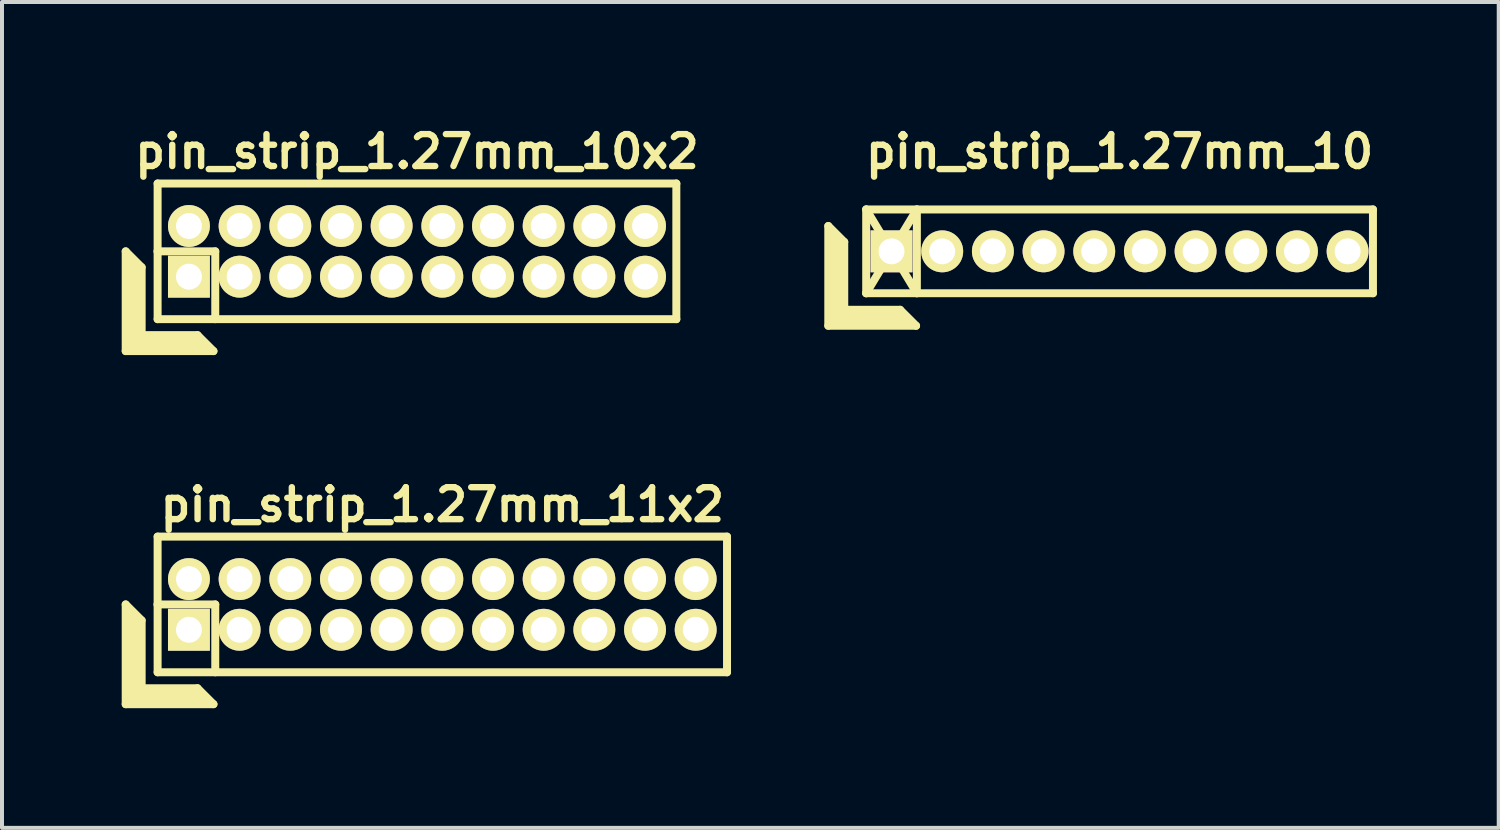
<source format=kicad_pcb>
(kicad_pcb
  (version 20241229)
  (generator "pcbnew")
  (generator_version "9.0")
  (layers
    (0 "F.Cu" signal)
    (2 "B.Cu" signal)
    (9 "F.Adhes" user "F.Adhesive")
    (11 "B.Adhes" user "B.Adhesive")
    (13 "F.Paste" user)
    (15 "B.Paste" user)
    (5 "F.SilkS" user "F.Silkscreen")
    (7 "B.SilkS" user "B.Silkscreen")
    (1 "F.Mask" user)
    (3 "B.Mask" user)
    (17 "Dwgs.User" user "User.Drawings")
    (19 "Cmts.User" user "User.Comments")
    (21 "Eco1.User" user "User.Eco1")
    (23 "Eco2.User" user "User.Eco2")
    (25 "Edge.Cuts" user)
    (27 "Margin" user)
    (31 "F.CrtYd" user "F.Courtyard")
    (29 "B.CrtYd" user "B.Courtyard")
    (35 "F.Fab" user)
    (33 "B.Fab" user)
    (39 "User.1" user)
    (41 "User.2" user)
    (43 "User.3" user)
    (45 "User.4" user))
  (footprint "pin_strip_1.27mm_11x2"
    (layer "F.Cu")
    (at 8.035 12.098)
    (property "Reference" "pin_strip_1.27mm_11x2" (at 0 -2.5 0) (layer "F.SilkS") (effects (font (size 0.8 0.8) (thickness 0.16))))
    (attr through_hole)
    (fp_line (start -7.935 0) (end -7.935 2.5) (stroke (width 0.2) (type solid)) (layer "F.SilkS"))
    (fp_line (start -7.935 0) (end -7.535 0.4) (stroke (width 0.2) (type solid)) (layer "F.SilkS"))
    (fp_line (start -7.935 2.5) (end -5.735 2.5) (stroke (width 0.2) (type solid)) (layer "F.SilkS"))
    (fp_line (start -7.835 2.4) (end -7.835 0.2) (stroke (width 0.2) (type solid)) (layer "F.SilkS"))
    (fp_line (start -7.835 2.4) (end -5.935 2.4) (stroke (width 0.2) (type solid)) (layer "F.SilkS"))
    (fp_line (start -7.735 2.3) (end -7.735 0.3) (stroke (width 0.2) (type solid)) (layer "F.SilkS"))
    (fp_line (start -7.735 2.3) (end -6.035 2.3) (stroke (width 0.2) (type solid)) (layer "F.SilkS"))
    (fp_line (start -7.635 2.2) (end -7.635 0.4) (stroke (width 0.2) (type solid)) (layer "F.SilkS"))
    (fp_line (start -7.635 2.2) (end -6.135 2.2) (stroke (width 0.2) (type solid)) (layer "F.SilkS"))
    (fp_line (start -7.535 2.1) (end -7.535 0.4) (stroke (width 0.2) (type solid)) (layer "F.SilkS"))
    (fp_line (start -7.535 2.1) (end -6.135 2.1) (stroke (width 0.2) (type solid)) (layer "F.SilkS"))
    (fp_line (start -7.14 0) (end -5.69 0) (stroke (width 0.2) (type solid)) (layer "F.SilkS"))
    (fp_line (start -7.135 -1.7) (end 7.135 -1.7) (stroke (width 0.2) (type solid)) (layer "F.SilkS"))
    (fp_line (start -7.135 1.7) (end -7.135 -1.7) (stroke (width 0.2) (type solid)) (layer "F.SilkS"))
    (fp_line (start -6.135 2.1) (end -5.735 2.5) (stroke (width 0.2) (type solid)) (layer "F.SilkS"))
    (fp_line (start -5.69 0) (end -5.69 1.7) (stroke (width 0.2) (type solid)) (layer "F.SilkS"))
    (fp_line (start 7.135 -1.7) (end 7.135 1.7) (stroke (width 0.2) (type solid)) (layer "F.SilkS"))
    (fp_line (start 7.135 1.7) (end -7.135 1.7) (stroke (width 0.2) (type solid)) (layer "F.SilkS"))
    (pad "1" thru_hole rect (at -6.35 0.635) (size 1.05 1.05) (drill 0.65) (layers "*.Cu" "*.Mask" "F.SilkS"))
    (pad "2" thru_hole oval (at -6.35 -0.635) (size 1.05 1.05) (drill 0.65) (layers "*.Cu" "*.Mask" "F.SilkS"))
    (pad "3" thru_hole oval (at -5.08 0.635) (size 1.05 1.05) (drill 0.65) (layers "*.Cu" "*.Mask" "F.SilkS"))
    (pad "4" thru_hole oval (at -5.08 -0.635) (size 1.05 1.05) (drill 0.65) (layers "*.Cu" "*.Mask" "F.SilkS"))
    (pad "5" thru_hole oval (at -3.81 0.635) (size 1.05 1.05) (drill 0.65) (layers "*.Cu" "*.Mask" "F.SilkS"))
    (pad "6" thru_hole oval (at -3.81 -0.635) (size 1.05 1.05) (drill 0.65) (layers "*.Cu" "*.Mask" "F.SilkS"))
    (pad "7" thru_hole oval (at -2.54 0.635) (size 1.05 1.05) (drill 0.65) (layers "*.Cu" "*.Mask" "F.SilkS"))
    (pad "8" thru_hole oval (at -2.54 -0.635) (size 1.05 1.05) (drill 0.65) (layers "*.Cu" "*.Mask" "F.SilkS"))
    (pad "9" thru_hole oval (at -1.27 0.635) (size 1.05 1.05) (drill 0.65) (layers "*.Cu" "*.Mask" "F.SilkS"))
    (pad "10" thru_hole oval (at -1.27 -0.635) (size 1.05 1.05) (drill 0.65) (layers "*.Cu" "*.Mask" "F.SilkS"))
    (pad "11" thru_hole oval (at 0 0.635) (size 1.05 1.05) (drill 0.65) (layers "*.Cu" "*.Mask" "F.SilkS"))
    (pad "12" thru_hole oval (at 0 -0.635) (size 1.05 1.05) (drill 0.65) (layers "*.Cu" "*.Mask" "F.SilkS"))
    (pad "13" thru_hole oval (at 1.27 0.635) (size 1.05 1.05) (drill 0.65) (layers "*.Cu" "*.Mask" "F.SilkS"))
    (pad "14" thru_hole oval (at 1.27 -0.635) (size 1.05 1.05) (drill 0.65) (layers "*.Cu" "*.Mask" "F.SilkS"))
    (pad "15" thru_hole oval (at 2.54 0.635) (size 1.05 1.05) (drill 0.65) (layers "*.Cu" "*.Mask" "F.SilkS"))
    (pad "16" thru_hole oval (at 2.54 -0.635) (size 1.05 1.05) (drill 0.65) (layers "*.Cu" "*.Mask" "F.SilkS"))
    (pad "17" thru_hole oval (at 3.81 0.635) (size 1.05 1.05) (drill 0.65) (layers "*.Cu" "*.Mask" "F.SilkS"))
    (pad "18" thru_hole oval (at 3.81 -0.635) (size 1.05 1.05) (drill 0.65) (layers "*.Cu" "*.Mask" "F.SilkS"))
    (pad "19" thru_hole oval (at 5.08 0.635) (size 1.05 1.05) (drill 0.65) (layers "*.Cu" "*.Mask" "F.SilkS"))
    (pad "20" thru_hole oval (at 5.08 -0.635) (size 1.05 1.05) (drill 0.65) (layers "*.Cu" "*.Mask" "F.SilkS"))
    (pad "21" thru_hole oval (at 6.35 0.635) (size 1.05 1.05) (drill 0.65) (layers "*.Cu" "*.Mask" "F.SilkS"))
    (pad "22" thru_hole oval (at 6.35 -0.635) (size 1.05 1.05) (drill 0.65) (layers "*.Cu" "*.Mask" "F.SilkS")))
  (footprint "pin_strip_1.27mm_10x2"
    (layer "F.Cu")
    (at 7.4 3.249)
    (property "Reference" "pin_strip_1.27mm_10x2" (at 0 -2.5 0) (layer "F.SilkS") (effects (font (size 0.8 0.8) (thickness 0.16))))
    (attr through_hole)
    (fp_line (start -7.3 0) (end -7.3 2.5) (stroke (width 0.2) (type solid)) (layer "F.SilkS"))
    (fp_line (start -7.3 0) (end -6.9 0.4) (stroke (width 0.2) (type solid)) (layer "F.SilkS"))
    (fp_line (start -7.3 2.5) (end -5.1 2.5) (stroke (width 0.2) (type solid)) (layer "F.SilkS"))
    (fp_line (start -7.2 2.4) (end -7.2 0.2) (stroke (width 0.2) (type solid)) (layer "F.SilkS"))
    (fp_line (start -7.2 2.4) (end -5.3 2.4) (stroke (width 0.2) (type solid)) (layer "F.SilkS"))
    (fp_line (start -7.1 2.3) (end -7.1 0.3) (stroke (width 0.2) (type solid)) (layer "F.SilkS"))
    (fp_line (start -7.1 2.3) (end -5.4 2.3) (stroke (width 0.2) (type solid)) (layer "F.SilkS"))
    (fp_line (start -7 2.2) (end -7 0.4) (stroke (width 0.2) (type solid)) (layer "F.SilkS"))
    (fp_line (start -7 2.2) (end -5.5 2.2) (stroke (width 0.2) (type solid)) (layer "F.SilkS"))
    (fp_line (start -6.9 2.1) (end -6.9 0.4) (stroke (width 0.2) (type solid)) (layer "F.SilkS"))
    (fp_line (start -6.9 2.1) (end -5.5 2.1) (stroke (width 0.2) (type solid)) (layer "F.SilkS"))
    (fp_line (start -6.505 0) (end -5.055 0) (stroke (width 0.2) (type solid)) (layer "F.SilkS"))
    (fp_line (start -6.5 -1.7) (end 6.5 -1.7) (stroke (width 0.2) (type solid)) (layer "F.SilkS"))
    (fp_line (start -6.5 1.7) (end -6.5 -1.7) (stroke (width 0.2) (type solid)) (layer "F.SilkS"))
    (fp_line (start -5.5 2.1) (end -5.1 2.5) (stroke (width 0.2) (type solid)) (layer "F.SilkS"))
    (fp_line (start -5.055 0) (end -5.055 1.7) (stroke (width 0.2) (type solid)) (layer "F.SilkS"))
    (fp_line (start 6.5 -1.7) (end 6.5 1.7) (stroke (width 0.2) (type solid)) (layer "F.SilkS"))
    (fp_line (start 6.5 1.7) (end -6.5 1.7) (stroke (width 0.2) (type solid)) (layer "F.SilkS"))
    (pad "1" thru_hole rect (at -5.715 0.635) (size 1.05 1.05) (drill 0.65) (layers "*.Cu" "*.Mask" "F.SilkS"))
    (pad "2" thru_hole oval (at -5.715 -0.635) (size 1.05 1.05) (drill 0.65) (layers "*.Cu" "*.Mask" "F.SilkS"))
    (pad "3" thru_hole oval (at -4.445 0.635) (size 1.05 1.05) (drill 0.65) (layers "*.Cu" "*.Mask" "F.SilkS"))
    (pad "4" thru_hole oval (at -4.445 -0.635) (size 1.05 1.05) (drill 0.65) (layers "*.Cu" "*.Mask" "F.SilkS"))
    (pad "5" thru_hole oval (at -3.175 0.635) (size 1.05 1.05) (drill 0.65) (layers "*.Cu" "*.Mask" "F.SilkS"))
    (pad "6" thru_hole oval (at -3.175 -0.635) (size 1.05 1.05) (drill 0.65) (layers "*.Cu" "*.Mask" "F.SilkS"))
    (pad "7" thru_hole oval (at -1.905 0.635) (size 1.05 1.05) (drill 0.65) (layers "*.Cu" "*.Mask" "F.SilkS"))
    (pad "8" thru_hole oval (at -1.905 -0.635) (size 1.05 1.05) (drill 0.65) (layers "*.Cu" "*.Mask" "F.SilkS"))
    (pad "9" thru_hole oval (at -0.635 0.635) (size 1.05 1.05) (drill 0.65) (layers "*.Cu" "*.Mask" "F.SilkS"))
    (pad "10" thru_hole oval (at -0.635 -0.635) (size 1.05 1.05) (drill 0.65) (layers "*.Cu" "*.Mask" "F.SilkS"))
    (pad "11" thru_hole oval (at 0.635 0.635) (size 1.05 1.05) (drill 0.65) (layers "*.Cu" "*.Mask" "F.SilkS"))
    (pad "12" thru_hole oval (at 0.635 -0.635) (size 1.05 1.05) (drill 0.65) (layers "*.Cu" "*.Mask" "F.SilkS"))
    (pad "13" thru_hole oval (at 1.905 0.635) (size 1.05 1.05) (drill 0.65) (layers "*.Cu" "*.Mask" "F.SilkS"))
    (pad "14" thru_hole oval (at 1.905 -0.635) (size 1.05 1.05) (drill 0.65) (layers "*.Cu" "*.Mask" "F.SilkS"))
    (pad "15" thru_hole oval (at 3.175 0.635) (size 1.05 1.05) (drill 0.65) (layers "*.Cu" "*.Mask" "F.SilkS"))
    (pad "16" thru_hole oval (at 3.175 -0.635) (size 1.05 1.05) (drill 0.65) (layers "*.Cu" "*.Mask" "F.SilkS"))
    (pad "17" thru_hole oval (at 4.445 0.635) (size 1.05 1.05) (drill 0.65) (layers "*.Cu" "*.Mask" "F.SilkS"))
    (pad "18" thru_hole oval (at 4.445 -0.635) (size 1.05 1.05) (drill 0.65) (layers "*.Cu" "*.Mask" "F.SilkS"))
    (pad "19" thru_hole oval (at 5.715 0.635) (size 1.05 1.05) (drill 0.65) (layers "*.Cu" "*.Mask" "F.SilkS"))
    (pad "20" thru_hole oval (at 5.715 -0.635) (size 1.05 1.05) (drill 0.65) (layers "*.Cu" "*.Mask" "F.SilkS")))
  (footprint "pin_strip_1.27mm_10"
    (layer "F.Cu")
    (at 25.008 3.249)
    (property "Reference" "pin_strip_1.27mm_10" (at 0 -2.5 0) (layer "F.SilkS") (effects (font (size 0.8 0.8) (thickness 0.16))))
    (attr through_hole)
    (fp_line (start -7.3 -0.635) (end -7.3 1.865) (stroke (width 0.2) (type solid)) (layer "F.SilkS"))
    (fp_line (start -7.3 -0.635) (end -6.9 -0.235) (stroke (width 0.2) (type solid)) (layer "F.SilkS"))
    (fp_line (start -7.3 1.865) (end -5.1 1.865) (stroke (width 0.2) (type solid)) (layer "F.SilkS"))
    (fp_line (start -7.2 1.765) (end -7.2 -0.435) (stroke (width 0.2) (type solid)) (layer "F.SilkS"))
    (fp_line (start -7.2 1.765) (end -5.3 1.765) (stroke (width 0.2) (type solid)) (layer "F.SilkS"))
    (fp_line (start -7.1 1.665) (end -7.1 -0.335) (stroke (width 0.2) (type solid)) (layer "F.SilkS"))
    (fp_line (start -7.1 1.665) (end -5.4 1.665) (stroke (width 0.2) (type solid)) (layer "F.SilkS"))
    (fp_line (start -7 1.565) (end -7 -0.235) (stroke (width 0.2) (type solid)) (layer "F.SilkS"))
    (fp_line (start -7 1.565) (end -5.5 1.565) (stroke (width 0.2) (type solid)) (layer "F.SilkS"))
    (fp_line (start -6.9 1.465) (end -6.9 -0.235) (stroke (width 0.2) (type solid)) (layer "F.SilkS"))
    (fp_line (start -6.9 1.465) (end -5.5 1.465) (stroke (width 0.2) (type solid)) (layer "F.SilkS"))
    (fp_line (start -6.35 -1.05) (end -5.08 1.05) (stroke (width 0.2) (type solid)) (layer "F.SilkS"))
    (fp_line (start -6.35 -1.05) (end 6.35 -1.05) (stroke (width 0.2) (type solid)) (layer "F.SilkS"))
    (fp_line (start -6.35 1.05) (end -6.35 -1.05) (stroke (width 0.2) (type solid)) (layer "F.SilkS"))
    (fp_line (start -6.35 1.05) (end -5.08 -1.05) (stroke (width 0.2) (type solid)) (layer "F.SilkS"))
    (fp_line (start -5.5 1.465) (end -5.1 1.865) (stroke (width 0.2) (type solid)) (layer "F.SilkS"))
    (fp_line (start -5.08 -1.05) (end -5.08 1.05) (stroke (width 0.2) (type solid)) (layer "F.SilkS"))
    (fp_line (start 6.35 -1.05) (end 6.35 1.05) (stroke (width 0.2) (type solid)) (layer "F.SilkS"))
    (fp_line (start 6.35 1.05) (end -6.35 1.05) (stroke (width 0.2) (type solid)) (layer "F.SilkS"))
    (pad "1" thru_hole rect (at -5.715 0) (size 1.05 1.05) (drill 0.65) (layers "*.Cu" "*.Mask" "F.SilkS"))
    (pad "2" thru_hole oval (at -4.445 0) (size 1.05 1.05) (drill 0.65) (layers "*.Cu" "*.Mask" "F.SilkS"))
    (pad "3" thru_hole oval (at -3.175 0) (size 1.05 1.05) (drill 0.65) (layers "*.Cu" "*.Mask" "F.SilkS"))
    (pad "4" thru_hole oval (at -1.905 0) (size 1.05 1.05) (drill 0.65) (layers "*.Cu" "*.Mask" "F.SilkS"))
    (pad "5" thru_hole oval (at -0.635 0) (size 1.05 1.05) (drill 0.65) (layers "*.Cu" "*.Mask" "F.SilkS"))
    (pad "6" thru_hole oval (at 0.635 0) (size 1.05 1.05) (drill 0.65) (layers "*.Cu" "*.Mask" "F.SilkS"))
    (pad "7" thru_hole oval (at 1.905 0) (size 1.05 1.05) (drill 0.65) (layers "*.Cu" "*.Mask" "F.SilkS"))
    (pad "8" thru_hole oval (at 3.175 0) (size 1.05 1.05) (drill 0.65) (layers "*.Cu" "*.Mask" "F.SilkS"))
    (pad "9" thru_hole oval (at 4.445 0) (size 1.05 1.05) (drill 0.65) (layers "*.Cu" "*.Mask" "F.SilkS"))
    (pad "10" thru_hole oval (at 5.715 0) (size 1.05 1.05) (drill 0.65) (layers "*.Cu" "*.Mask" "F.SilkS")))
  (gr_rect
    (start -3 -3)
    (end 34.51 17.698)
    (stroke (width 0.1) (type default))
    (fill no)
    (layer "Edge.Cuts")))
</source>
